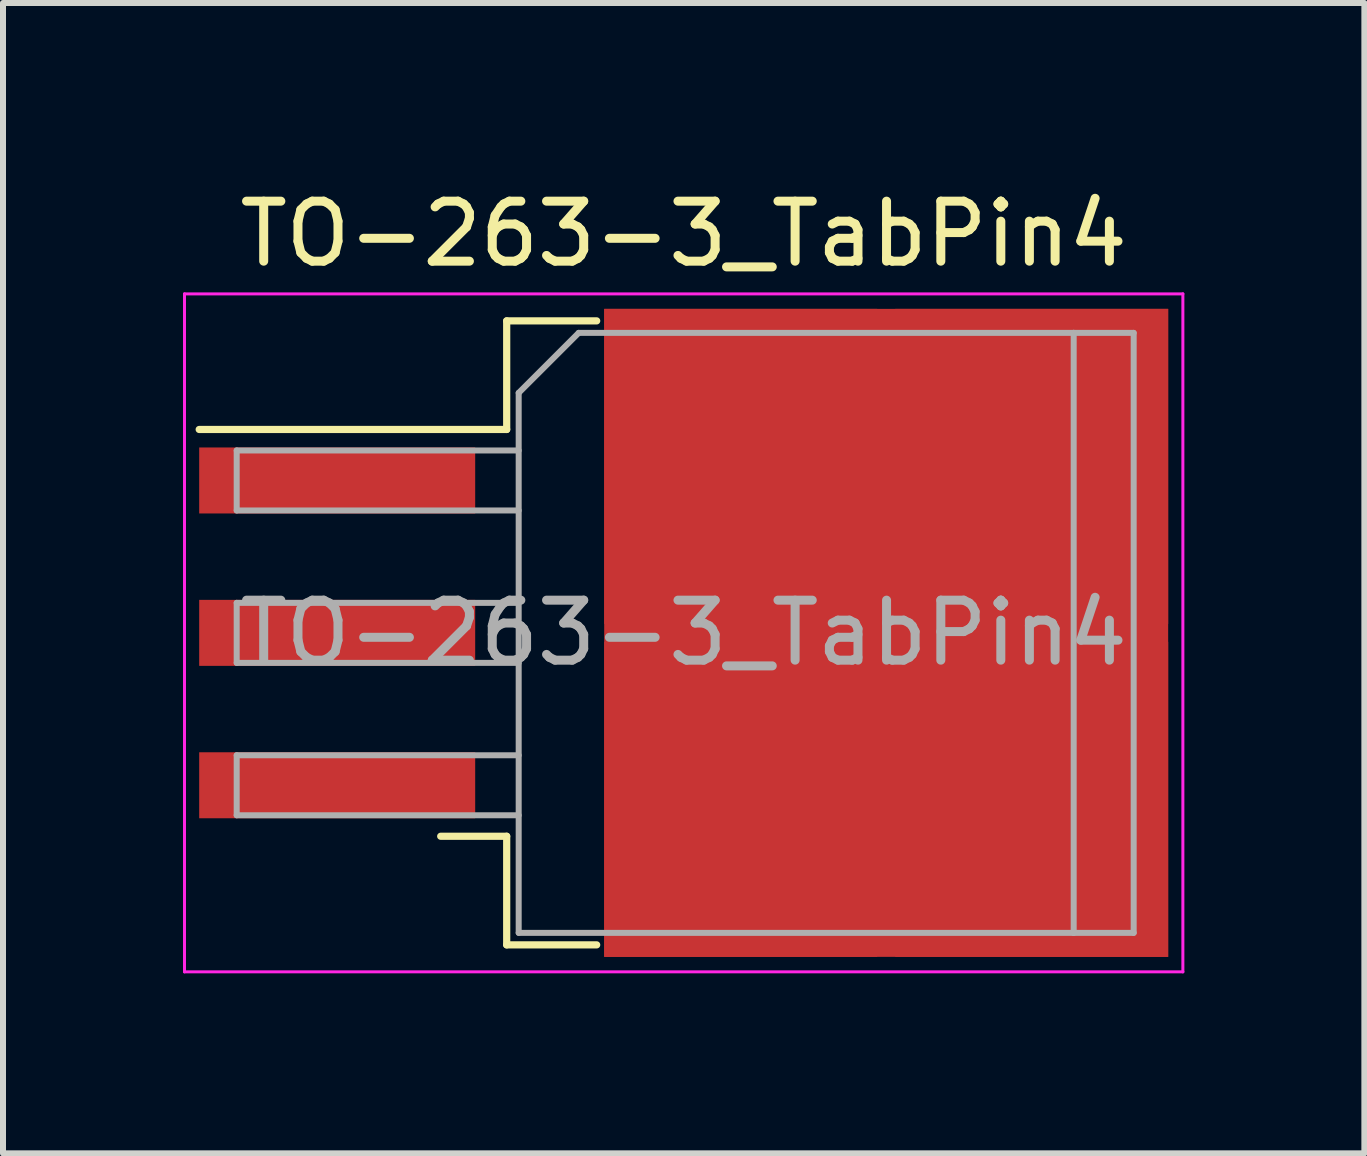
<source format=kicad_pcb>
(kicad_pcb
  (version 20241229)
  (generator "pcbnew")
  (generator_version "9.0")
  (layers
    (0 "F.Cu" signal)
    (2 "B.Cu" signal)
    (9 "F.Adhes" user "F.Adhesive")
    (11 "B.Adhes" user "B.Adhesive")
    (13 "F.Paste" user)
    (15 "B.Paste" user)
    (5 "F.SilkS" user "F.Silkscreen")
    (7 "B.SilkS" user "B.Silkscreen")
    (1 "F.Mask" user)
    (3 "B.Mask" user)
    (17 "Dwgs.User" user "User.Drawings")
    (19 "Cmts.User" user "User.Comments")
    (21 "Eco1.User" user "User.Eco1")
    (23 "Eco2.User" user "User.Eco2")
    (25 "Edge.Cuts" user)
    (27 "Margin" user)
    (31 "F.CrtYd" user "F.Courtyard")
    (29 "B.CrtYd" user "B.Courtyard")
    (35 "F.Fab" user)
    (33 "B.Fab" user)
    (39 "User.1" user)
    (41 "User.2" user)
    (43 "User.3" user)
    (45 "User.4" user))
  (footprint "TO-263-3_TabPin4"
    (layer "F.Cu")
    (at 8.345 7.498)
    (property "Reference" "TO-263-3_TabPin4" (at 0 -6.65 0) (layer "F.SilkS") (effects (font (size 1 1) (thickness 0.15))))
    (attr smd)
    (fp_line (start -2.95 -5.2) (end -2.95 -3.39) (stroke (width 0.12) (type solid)) (layer "F.SilkS"))
    (fp_line (start -2.95 -3.39) (end -8.075 -3.39) (stroke (width 0.12) (type solid)) (layer "F.SilkS"))
    (fp_line (start -2.95 3.39) (end -4.05 3.39) (stroke (width 0.12) (type solid)) (layer "F.SilkS"))
    (fp_line (start -2.95 5.2) (end -2.95 3.39) (stroke (width 0.12) (type solid)) (layer "F.SilkS"))
    (fp_line (start -1.45 -5.2) (end -2.95 -5.2) (stroke (width 0.12) (type solid)) (layer "F.SilkS"))
    (fp_line (start -1.45 5.2) (end -2.95 5.2) (stroke (width 0.12) (type solid)) (layer "F.SilkS"))
    (fp_line (start -8.32 -5.65) (end -8.32 5.65) (stroke (width 0.05) (type solid)) (layer "F.CrtYd"))
    (fp_line (start -8.32 5.65) (end 8.32 5.65) (stroke (width 0.05) (type solid)) (layer "F.CrtYd"))
    (fp_line (start 8.32 -5.65) (end -8.32 -5.65) (stroke (width 0.05) (type solid)) (layer "F.CrtYd"))
    (fp_line (start 8.32 5.65) (end 8.32 -5.65) (stroke (width 0.05) (type solid)) (layer "F.CrtYd"))
    (fp_line (start -7.45 -3.04) (end -7.45 -2.04) (stroke (width 0.1) (type solid)) (layer "F.Fab"))
    (fp_line (start -7.45 -2.04) (end -2.75 -2.04) (stroke (width 0.1) (type solid)) (layer "F.Fab"))
    (fp_line (start -7.45 -0.5) (end -7.45 0.5) (stroke (width 0.1) (type solid)) (layer "F.Fab"))
    (fp_line (start -7.45 0.5) (end -2.75 0.5) (stroke (width 0.1) (type solid)) (layer "F.Fab"))
    (fp_line (start -7.45 2.04) (end -7.45 3.04) (stroke (width 0.1) (type solid)) (layer "F.Fab"))
    (fp_line (start -7.45 3.04) (end -2.75 3.04) (stroke (width 0.1) (type solid)) (layer "F.Fab"))
    (fp_line (start -2.75 -4) (end -1.75 -5) (stroke (width 0.1) (type solid)) (layer "F.Fab"))
    (fp_line (start -2.75 -3.04) (end -7.45 -3.04) (stroke (width 0.1) (type solid)) (layer "F.Fab"))
    (fp_line (start -2.75 -0.5) (end -7.45 -0.5) (stroke (width 0.1) (type solid)) (layer "F.Fab"))
    (fp_line (start -2.75 2.04) (end -7.45 2.04) (stroke (width 0.1) (type solid)) (layer "F.Fab"))
    (fp_line (start -2.75 5) (end -2.75 -4) (stroke (width 0.1) (type solid)) (layer "F.Fab"))
    (fp_line (start -1.75 -5) (end 6.5 -5) (stroke (width 0.1) (type solid)) (layer "F.Fab"))
    (fp_line (start 6.5 -5) (end 6.5 5) (stroke (width 0.1) (type solid)) (layer "F.Fab"))
    (fp_line (start 6.5 -5) (end 7.5 -5) (stroke (width 0.1) (type solid)) (layer "F.Fab"))
    (fp_line (start 6.5 5) (end -2.75 5) (stroke (width 0.1) (type solid)) (layer "F.Fab"))
    (fp_line (start 7.5 -5) (end 7.5 5) (stroke (width 0.1) (type solid)) (layer "F.Fab"))
    (fp_line (start 7.5 5) (end 6.5 5) (stroke (width 0.1) (type solid)) (layer "F.Fab"))
    (fp_text user "${REFERENCE}" (at 0 0 0) (layer "F.Fab") (effects (font (size 1 1) (thickness 0.15))))
    (pad "1" smd rect (at -5.775 -2.54) (size 4.6 1.1) (layers "F.Cu" "F.Mask" "F.Paste"))
    (pad "2" smd rect (at -5.775 0) (size 4.6 1.1) (layers "F.Cu" "F.Mask" "F.Paste"))
    (pad "3" smd rect (at -5.775 2.54) (size 4.6 1.1) (layers "F.Cu" "F.Mask" "F.Paste"))
    (pad "4" smd rect (at 0.95 -2.775) (size 4.55 5.25) (layers "F.Cu" "F.Paste"))
    (pad "4" smd rect (at 0.95 2.775) (size 4.55 5.25) (layers "F.Cu" "F.Paste"))
    (pad "4" smd rect (at 3.375 0) (size 9.4 10.8) (layers "F.Cu" "F.Mask"))
    (pad "4" smd rect (at 5.8 -2.775) (size 4.55 5.25) (layers "F.Cu" "F.Paste"))
    (pad "4" smd rect (at 5.8 2.775) (size 4.55 5.25) (layers "F.Cu" "F.Paste")))
  (gr_rect
    (start -3 -3)
    (end 19.69 16.173)
    (stroke (width 0.1) (type default))
    (fill no)
    (layer "Edge.Cuts")))
</source>
